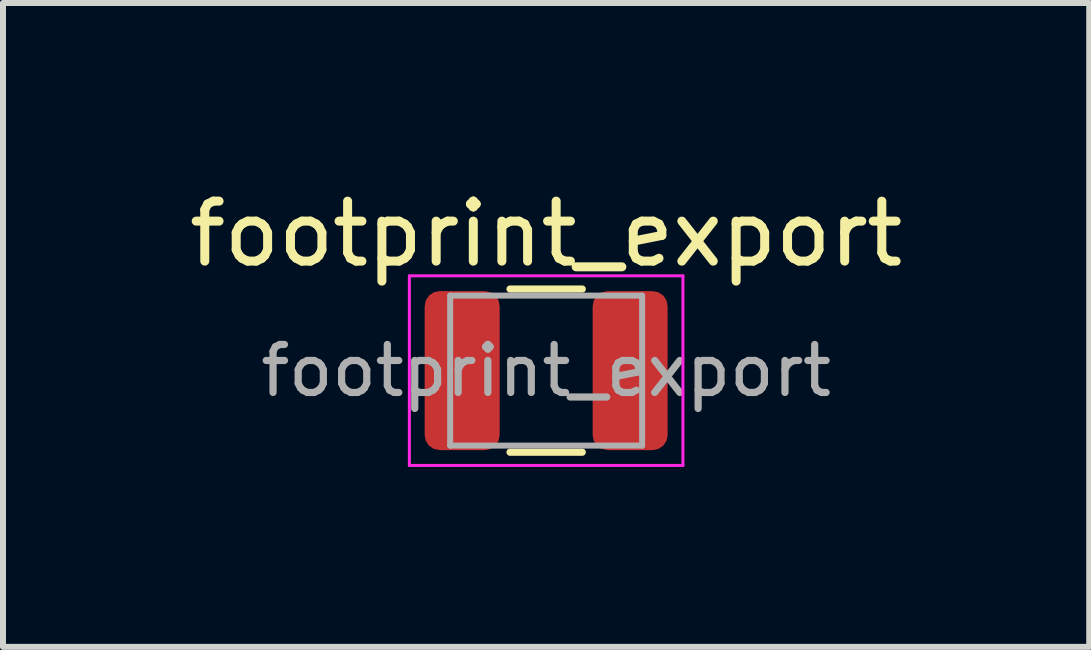
<source format=kicad_pcb>
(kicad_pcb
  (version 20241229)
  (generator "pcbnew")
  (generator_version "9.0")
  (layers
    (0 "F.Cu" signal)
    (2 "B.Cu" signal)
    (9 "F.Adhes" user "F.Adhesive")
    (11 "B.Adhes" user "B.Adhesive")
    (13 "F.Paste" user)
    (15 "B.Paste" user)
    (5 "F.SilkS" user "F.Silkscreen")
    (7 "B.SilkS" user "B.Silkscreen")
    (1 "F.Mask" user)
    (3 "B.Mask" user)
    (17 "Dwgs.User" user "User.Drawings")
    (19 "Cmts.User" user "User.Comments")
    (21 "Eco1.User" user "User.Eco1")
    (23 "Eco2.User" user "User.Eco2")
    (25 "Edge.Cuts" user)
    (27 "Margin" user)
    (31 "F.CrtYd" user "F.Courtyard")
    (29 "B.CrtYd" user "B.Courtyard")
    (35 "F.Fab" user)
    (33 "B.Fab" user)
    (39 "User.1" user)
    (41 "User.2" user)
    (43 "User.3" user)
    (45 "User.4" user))
  (footprint "footprint_export"
    (layer "F.Cu")
    (at 6.054 3.128)
    (property "Reference" "footprint_export" (at 0 -2.28 0) (layer "F.SilkS") (effects (font (size 1 1) (thickness 0.15))))
    (attr smd)
    (fp_line (start -0.602 -1.36) (end 0.602 -1.36) (stroke (width 0.12) (type solid)) (layer "F.SilkS"))
    (fp_line (start -0.602 1.36) (end 0.602 1.36) (stroke (width 0.12) (type solid)) (layer "F.SilkS"))
    (fp_line (start -2.28 -1.58) (end 2.28 -1.58) (stroke (width 0.05) (type solid)) (layer "F.CrtYd"))
    (fp_line (start -2.28 1.58) (end -2.28 -1.58) (stroke (width 0.05) (type solid)) (layer "F.CrtYd"))
    (fp_line (start 2.28 -1.58) (end 2.28 1.58) (stroke (width 0.05) (type solid)) (layer "F.CrtYd"))
    (fp_line (start 2.28 1.58) (end -2.28 1.58) (stroke (width 0.05) (type solid)) (layer "F.CrtYd"))
    (fp_line (start -1.6 -1.25) (end 1.6 -1.25) (stroke (width 0.1) (type solid)) (layer "F.Fab"))
    (fp_line (start -1.6 1.25) (end -1.6 -1.25) (stroke (width 0.1) (type solid)) (layer "F.Fab"))
    (fp_line (start 1.6 -1.25) (end 1.6 1.25) (stroke (width 0.1) (type solid)) (layer "F.Fab"))
    (fp_line (start 1.6 1.25) (end -1.6 1.25) (stroke (width 0.1) (type solid)) (layer "F.Fab"))
    (fp_text user "${REFERENCE}" (at 0 0 0) (layer "F.Fab") (effects (font (size 0.8 0.8) (thickness 0.12))))
    (pad "1" smd roundrect (at -1.4 0) (size 1.25 2.65) (layers "F.Cu" "F.Mask" "F.Paste") (roundrect_rratio 0.2))
    (pad "2" smd roundrect (at 1.4 0) (size 1.25 2.65) (layers "F.Cu" "F.Mask" "F.Paste") (roundrect_rratio 0.2)))
  (gr_rect
    (start -3 -3)
    (end 15.107 7.733)
    (stroke (width 0.1) (type default))
    (fill no)
    (layer "Edge.Cuts")))
</source>
